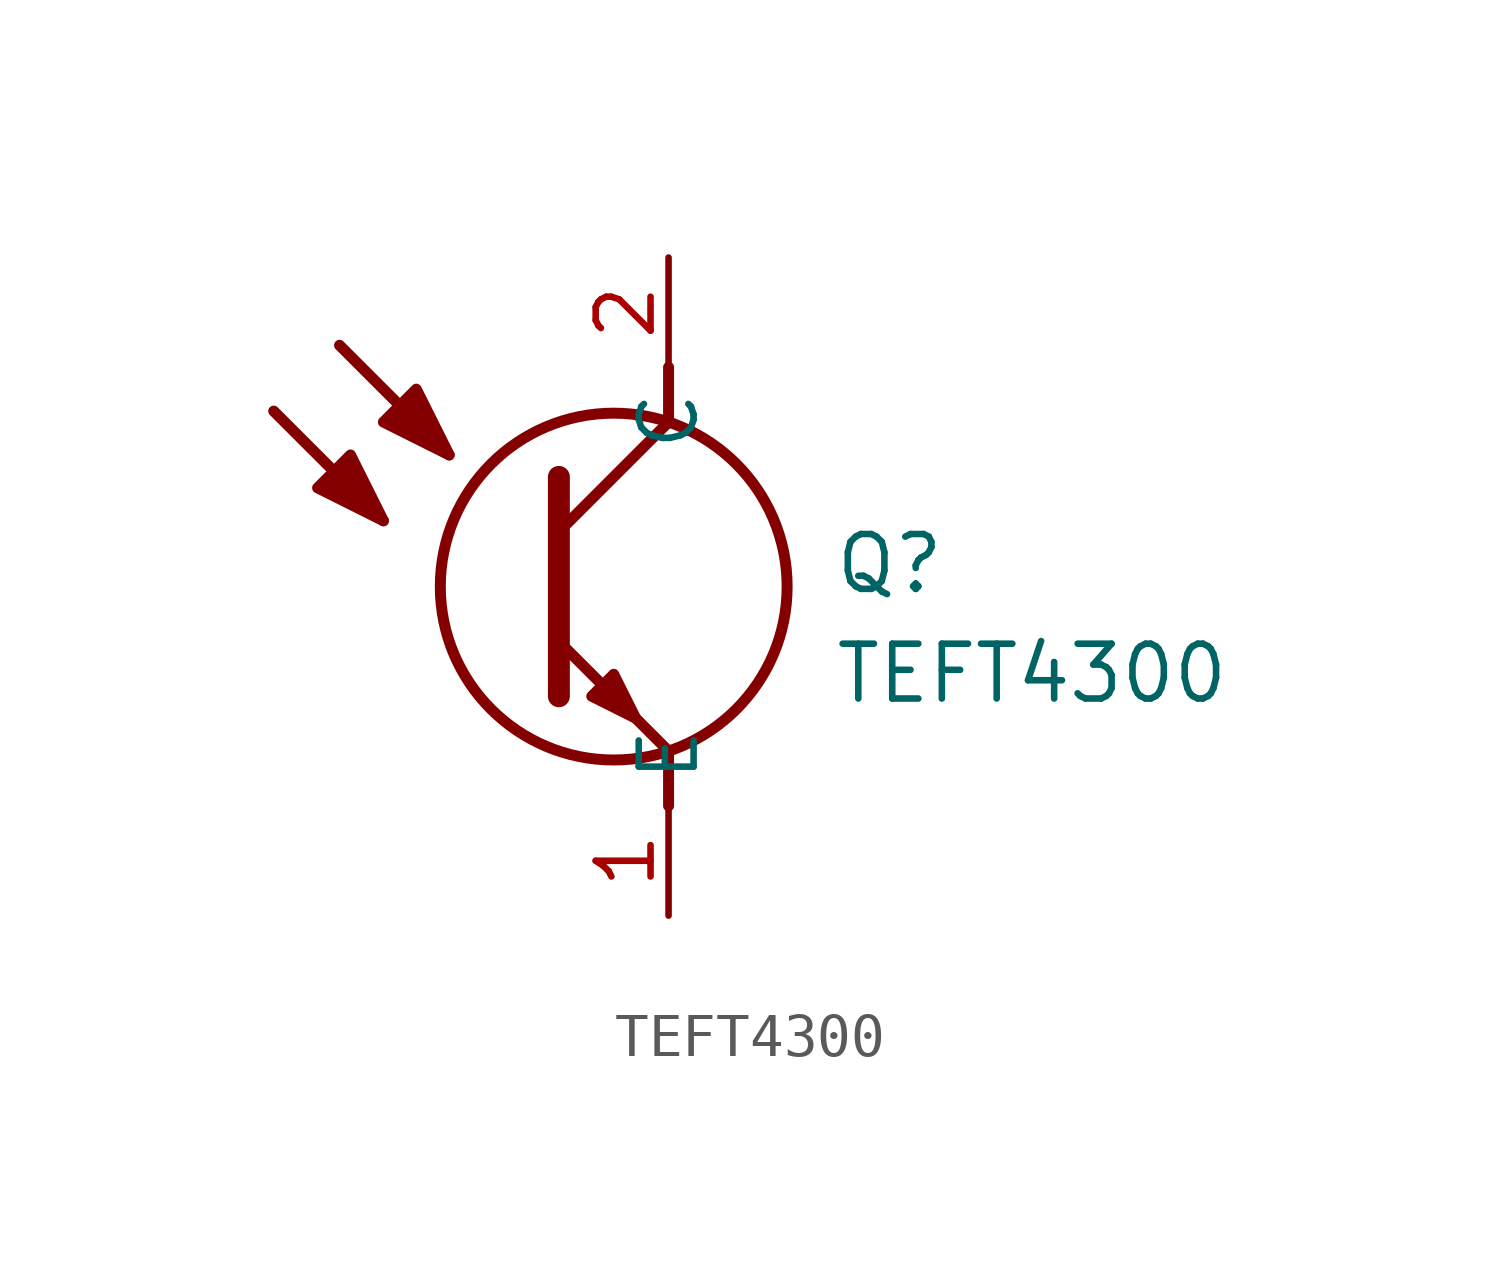
<source format=kicad_sym>
(kicad_symbol_lib
  (version 20211014)
  (generator SamacSys_ECAD_Model)
  (symbol "TEFT4300"
    (property "Reference" "Q"
      (at 3.81 -6.35 0)
      (effects (font (size 1.27 1.27)) (justify left top)))
    (property "Value" "TEFT4300"
      (at 3.81 -8.89 0)
      (effects (font (size 1.27 1.27)) (justify left top)))
    (polyline
      (pts (xy -2.54 -5.08) (xy -2.54 -10.16))
      (stroke (width 0.508) (type default))
      (fill (type none)))
    (polyline
      (pts (xy -2.54 -6.35) (xy 0 -3.81))
      (stroke (width 0.254) (type default))
      (fill (type none)))
    (polyline
      (pts (xy 0 -11.43) (xy 0 -12.7))
      (stroke (width 0.254) (type default))
      (fill (type none)))
    (polyline
      (pts (xy 0 -3.81) (xy 0 -2.54))
      (stroke (width 0.254) (type default))
      (fill (type none)))
    (polyline
      (pts (xy -2.54 -8.89) (xy 0 -11.43))
      (stroke (width 0.254) (type default))
      (fill (type none)))
    (polyline
      (pts (xy -7.62 -2.032) (xy -5.08 -4.572))
      (stroke (width 0.254) (type default))
      (fill (type none)))
    (polyline
      (pts (xy -9.144 -3.556) (xy -6.604 -6.096))
      (stroke (width 0.254) (type default))
      (fill (type none)))
    (circle
      (center -1.27 -7.62)
      (radius 4.016)
      (stroke (width 0.254) (type default))
      (fill (type none)))
    (polyline
      (pts (xy -1.778 -10.16) (xy -1.27 -9.652) (xy -0.762 -10.668) (xy -1.778 -10.16))
      (stroke (width 0.254) (type default))
      (fill (type outline)))
    (polyline
      (pts (xy -8.128 -5.334) (xy -7.366 -4.572) (xy -6.604 -6.096) (xy -8.128 -5.334))
      (stroke (width 0.254) (type default))
      (fill (type outline)))
    (polyline
      (pts (xy -6.604 -3.81) (xy -5.842 -3.048) (xy -5.08 -4.572) (xy -6.604 -3.81))
      (stroke (width 0.254) (type default))
      (fill (type outline)))
    (pin passive line
      (at 0 -15.24 90)
      (length 2.54)
      (name "E" (effects (font (size 1.27 1.27))))
      (number "1" (effects (font (size 1.27 1.27)))))
    (pin passive line
      (at 0 0 270)
      (length 2.54)
      (name "C" (effects (font (size 1.27 1.27))))
      (number "2" (effects (font (size 1.27 1.27)))))))
</source>
